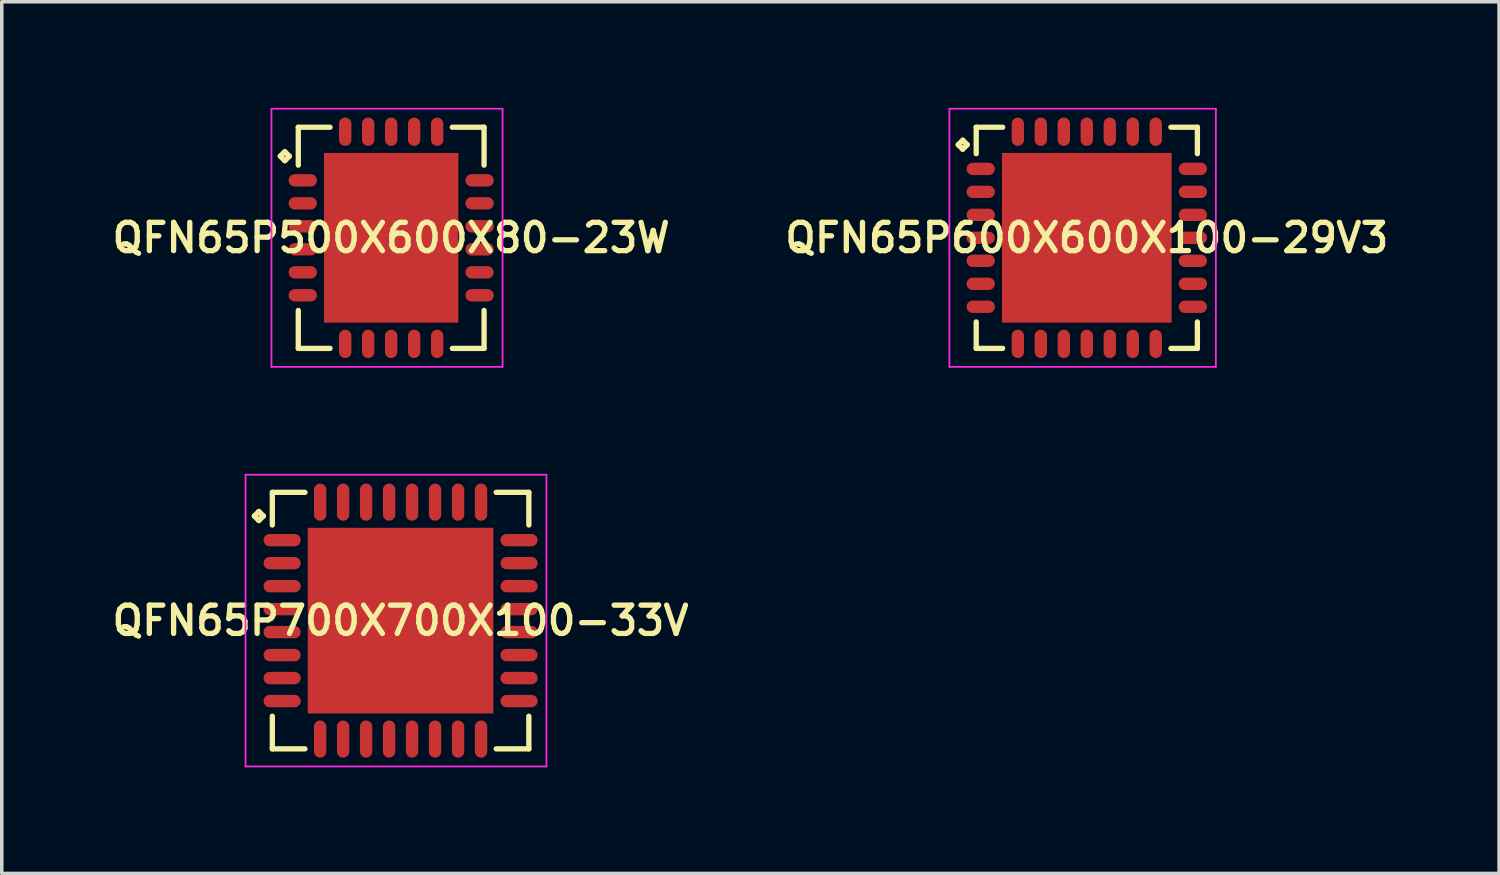
<source format=kicad_pcb>
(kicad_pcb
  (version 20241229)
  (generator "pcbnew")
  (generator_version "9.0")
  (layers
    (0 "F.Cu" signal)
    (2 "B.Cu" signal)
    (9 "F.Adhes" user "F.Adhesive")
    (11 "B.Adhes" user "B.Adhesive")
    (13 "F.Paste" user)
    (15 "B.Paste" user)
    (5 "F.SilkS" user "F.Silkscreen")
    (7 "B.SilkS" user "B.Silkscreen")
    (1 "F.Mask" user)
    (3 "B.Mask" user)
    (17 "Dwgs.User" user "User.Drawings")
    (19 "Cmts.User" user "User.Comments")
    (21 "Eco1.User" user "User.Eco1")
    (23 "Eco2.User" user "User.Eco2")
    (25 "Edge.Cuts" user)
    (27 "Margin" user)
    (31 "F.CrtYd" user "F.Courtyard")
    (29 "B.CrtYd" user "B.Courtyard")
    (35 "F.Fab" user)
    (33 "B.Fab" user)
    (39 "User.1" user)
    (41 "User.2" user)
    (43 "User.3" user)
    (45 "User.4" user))
  (footprint "QFN65P600X600X100-29V3"
    (layer "F.Cu")
    (at 27.683 3.675)
    (property "Reference" "QFN65P600X600X100-29V3" (at 0 0 0) (layer "F.SilkS") (effects (font (size 0.8 0.8) (thickness 0.15))))
    (attr smd)
    (fp_line (start -3.635 -2.633) (end -3.508 -2.76) (stroke (width 0.15) (type solid)) (layer "F.SilkS"))
    (fp_line (start -3.508 -2.76) (end -3.381 -2.633) (stroke (width 0.15) (type solid)) (layer "F.SilkS"))
    (fp_line (start -3.508 -2.506) (end -3.635 -2.633) (stroke (width 0.15) (type solid)) (layer "F.SilkS"))
    (fp_line (start -3.381 -2.633) (end -3.508 -2.506) (stroke (width 0.15) (type solid)) (layer "F.SilkS"))
    (fp_line (start -3.127 -3.127) (end -2.379 -3.127) (stroke (width 0.15) (type solid)) (layer "F.SilkS"))
    (fp_line (start -3.127 -2.379) (end -3.127 -3.127) (stroke (width 0.15) (type solid)) (layer "F.SilkS"))
    (fp_line (start -3.127 2.379) (end -3.127 3.127) (stroke (width 0.15) (type solid)) (layer "F.SilkS"))
    (fp_line (start -3.127 3.127) (end -2.379 3.127) (stroke (width 0.15) (type solid)) (layer "F.SilkS"))
    (fp_line (start 2.379 -3.127) (end 3.127 -3.127) (stroke (width 0.15) (type solid)) (layer "F.SilkS"))
    (fp_line (start 2.379 3.127) (end 3.127 3.127) (stroke (width 0.15) (type solid)) (layer "F.SilkS"))
    (fp_line (start 3.127 -3.127) (end 3.127 -2.379) (stroke (width 0.15) (type solid)) (layer "F.SilkS"))
    (fp_line (start 3.127 3.127) (end 3.127 2.379) (stroke (width 0.15) (type solid)) (layer "F.SilkS"))
    (fp_line (start -3.885 -3.65) (end 3.65 -3.65) (stroke (width 0.05) (type solid)) (layer "F.CrtYd"))
    (fp_line (start -3.885 3.65) (end -3.885 -3.65) (stroke (width 0.05) (type solid)) (layer "F.CrtYd"))
    (fp_line (start 3.65 -3.65) (end 3.65 3.65) (stroke (width 0.05) (type solid)) (layer "F.CrtYd"))
    (fp_line (start 3.65 3.65) (end -3.885 3.65) (stroke (width 0.05) (type solid)) (layer "F.CrtYd"))
    (pad "1" smd oval (at -3 -1.95) (size 0.8 0.35) (layers "F.Cu" "F.Mask" "F.Paste"))
    (pad "2" smd oval (at -3 -1.3) (size 0.8 0.35) (layers "F.Cu" "F.Mask" "F.Paste"))
    (pad "3" smd oval (at -3 -0.65) (size 0.8 0.35) (layers "F.Cu" "F.Mask" "F.Paste"))
    (pad "4" smd oval (at -3 0) (size 0.8 0.35) (layers "F.Cu" "F.Mask" "F.Paste"))
    (pad "5" smd oval (at -3 0.65) (size 0.8 0.35) (layers "F.Cu" "F.Mask" "F.Paste"))
    (pad "6" smd oval (at -3 1.3) (size 0.8 0.35) (layers "F.Cu" "F.Mask" "F.Paste"))
    (pad "7" smd oval (at -3 1.95) (size 0.8 0.35) (layers "F.Cu" "F.Mask" "F.Paste"))
    (pad "8" smd oval (at -1.95 3) (size 0.35 0.8) (layers "F.Cu" "F.Mask" "F.Paste"))
    (pad "9" smd oval (at -1.3 3) (size 0.35 0.8) (layers "F.Cu" "F.Mask" "F.Paste"))
    (pad "10" smd oval (at -0.65 3) (size 0.35 0.8) (layers "F.Cu" "F.Mask" "F.Paste"))
    (pad "11" smd oval (at 0 3) (size 0.35 0.8) (layers "F.Cu" "F.Mask" "F.Paste"))
    (pad "12" smd oval (at 0.65 3) (size 0.35 0.8) (layers "F.Cu" "F.Mask" "F.Paste"))
    (pad "13" smd oval (at 1.3 3) (size 0.35 0.8) (layers "F.Cu" "F.Mask" "F.Paste"))
    (pad "14" smd oval (at 1.95 3) (size 0.35 0.8) (layers "F.Cu" "F.Mask" "F.Paste"))
    (pad "15" smd oval (at 3 1.95) (size 0.8 0.35) (layers "F.Cu" "F.Mask" "F.Paste"))
    (pad "16" smd oval (at 3 1.3) (size 0.8 0.35) (layers "F.Cu" "F.Mask" "F.Paste"))
    (pad "17" smd oval (at 3 0.65) (size 0.8 0.35) (layers "F.Cu" "F.Mask" "F.Paste"))
    (pad "18" smd oval (at 3 0) (size 0.8 0.35) (layers "F.Cu" "F.Mask" "F.Paste"))
    (pad "19" smd oval (at 3 -0.65) (size 0.8 0.35) (layers "F.Cu" "F.Mask" "F.Paste"))
    (pad "20" smd oval (at 3 -1.3) (size 0.8 0.35) (layers "F.Cu" "F.Mask" "F.Paste"))
    (pad "21" smd oval (at 3 -1.95) (size 0.8 0.35) (layers "F.Cu" "F.Mask" "F.Paste"))
    (pad "22" smd oval (at 1.95 -3) (size 0.35 0.8) (layers "F.Cu" "F.Mask" "F.Paste"))
    (pad "23" smd oval (at 1.3 -3) (size 0.35 0.8) (layers "F.Cu" "F.Mask" "F.Paste"))
    (pad "24" smd oval (at 0.65 -3) (size 0.35 0.8) (layers "F.Cu" "F.Mask" "F.Paste"))
    (pad "25" smd oval (at 0 -3) (size 0.35 0.8) (layers "F.Cu" "F.Mask" "F.Paste"))
    (pad "26" smd oval (at -0.65 -3) (size 0.35 0.8) (layers "F.Cu" "F.Mask" "F.Paste"))
    (pad "27" smd oval (at -1.3 -3) (size 0.35 0.8) (layers "F.Cu" "F.Mask" "F.Paste"))
    (pad "28" smd oval (at -1.95 -3) (size 0.35 0.8) (layers "F.Cu" "F.Mask" "F.Paste"))
    (pad "29" smd rect (at 0 0) (size 4.8 4.8) (layers "F.Cu" "F.Mask" "F.Paste")))
  (footprint "QFN65P500X600X80-23W"
    (layer "F.Cu")
    (at 8.012 3.675)
    (property "Reference" "QFN65P500X600X80-23W" (at 0 0 0) (layer "F.SilkS") (effects (font (size 0.8 0.8) (thickness 0.15))))
    (attr smd)
    (fp_line (start -3.135 -2.308) (end -3.008 -2.435) (stroke (width 0.15) (type solid)) (layer "F.SilkS"))
    (fp_line (start -3.008 -2.435) (end -2.881 -2.308) (stroke (width 0.15) (type solid)) (layer "F.SilkS"))
    (fp_line (start -3.008 -2.181) (end -3.135 -2.308) (stroke (width 0.15) (type solid)) (layer "F.SilkS"))
    (fp_line (start -2.881 -2.308) (end -3.008 -2.181) (stroke (width 0.15) (type solid)) (layer "F.SilkS"))
    (fp_line (start -2.627 -3.127) (end -1.729 -3.127) (stroke (width 0.15) (type solid)) (layer "F.SilkS"))
    (fp_line (start -2.627 -2.054) (end -2.627 -3.127) (stroke (width 0.15) (type solid)) (layer "F.SilkS"))
    (fp_line (start -2.627 2.054) (end -2.627 3.127) (stroke (width 0.15) (type solid)) (layer "F.SilkS"))
    (fp_line (start -2.627 3.127) (end -1.729 3.127) (stroke (width 0.15) (type solid)) (layer "F.SilkS"))
    (fp_line (start 1.729 -3.127) (end 2.627 -3.127) (stroke (width 0.15) (type solid)) (layer "F.SilkS"))
    (fp_line (start 1.729 3.127) (end 2.627 3.127) (stroke (width 0.15) (type solid)) (layer "F.SilkS"))
    (fp_line (start 2.627 -3.127) (end 2.627 -2.054) (stroke (width 0.15) (type solid)) (layer "F.SilkS"))
    (fp_line (start 2.627 3.127) (end 2.627 2.054) (stroke (width 0.15) (type solid)) (layer "F.SilkS"))
    (fp_line (start -3.385 -3.65) (end 3.15 -3.65) (stroke (width 0.05) (type solid)) (layer "F.CrtYd"))
    (fp_line (start -3.385 3.65) (end -3.385 -3.65) (stroke (width 0.05) (type solid)) (layer "F.CrtYd"))
    (fp_line (start 3.15 -3.65) (end 3.15 3.65) (stroke (width 0.05) (type solid)) (layer "F.CrtYd"))
    (fp_line (start 3.15 3.65) (end -3.385 3.65) (stroke (width 0.05) (type solid)) (layer "F.CrtYd"))
    (pad "1" smd oval (at -2.5 -1.625) (size 0.8 0.35) (layers "F.Cu" "F.Mask" "F.Paste"))
    (pad "2" smd oval (at -2.5 -0.975) (size 0.8 0.35) (layers "F.Cu" "F.Mask" "F.Paste"))
    (pad "3" smd oval (at -2.5 -0.325) (size 0.8 0.35) (layers "F.Cu" "F.Mask" "F.Paste"))
    (pad "4" smd oval (at -2.5 0.325) (size 0.8 0.35) (layers "F.Cu" "F.Mask" "F.Paste"))
    (pad "5" smd oval (at -2.5 0.975) (size 0.8 0.35) (layers "F.Cu" "F.Mask" "F.Paste"))
    (pad "6" smd oval (at -2.5 1.625) (size 0.8 0.35) (layers "F.Cu" "F.Mask" "F.Paste"))
    (pad "7" smd oval (at -1.3 3) (size 0.35 0.8) (layers "F.Cu" "F.Mask" "F.Paste"))
    (pad "8" smd oval (at -0.65 3) (size 0.35 0.8) (layers "F.Cu" "F.Mask" "F.Paste"))
    (pad "9" smd oval (at 0 3) (size 0.35 0.8) (layers "F.Cu" "F.Mask" "F.Paste"))
    (pad "10" smd oval (at 0.65 3) (size 0.35 0.8) (layers "F.Cu" "F.Mask" "F.Paste"))
    (pad "11" smd oval (at 1.3 3) (size 0.35 0.8) (layers "F.Cu" "F.Mask" "F.Paste"))
    (pad "12" smd oval (at 2.5 1.625) (size 0.8 0.35) (layers "F.Cu" "F.Mask" "F.Paste"))
    (pad "13" smd oval (at 2.5 0.975) (size 0.8 0.35) (layers "F.Cu" "F.Mask" "F.Paste"))
    (pad "14" smd oval (at 2.5 0.325) (size 0.8 0.35) (layers "F.Cu" "F.Mask" "F.Paste"))
    (pad "15" smd oval (at 2.5 -0.325) (size 0.8 0.35) (layers "F.Cu" "F.Mask" "F.Paste"))
    (pad "16" smd oval (at 2.5 -0.975) (size 0.8 0.35) (layers "F.Cu" "F.Mask" "F.Paste"))
    (pad "17" smd oval (at 2.5 -1.625) (size 0.8 0.35) (layers "F.Cu" "F.Mask" "F.Paste"))
    (pad "18" smd oval (at 1.3 -3) (size 0.35 0.8) (layers "F.Cu" "F.Mask" "F.Paste"))
    (pad "19" smd oval (at 0.65 -3) (size 0.35 0.8) (layers "F.Cu" "F.Mask" "F.Paste"))
    (pad "20" smd oval (at 0 -3) (size 0.35 0.8) (layers "F.Cu" "F.Mask" "F.Paste"))
    (pad "21" smd oval (at -0.65 -3) (size 0.35 0.8) (layers "F.Cu" "F.Mask" "F.Paste"))
    (pad "22" smd oval (at -1.3 -3) (size 0.35 0.8) (layers "F.Cu" "F.Mask" "F.Paste"))
    (pad "23" smd rect (at 0 0) (size 3.8 4.8) (layers "F.Cu" "F.Mask" "F.Paste")))
  (footprint "QFN65P700X700X100-33V"
    (layer "F.Cu")
    (at 8.278 14.5)
    (property "Reference" "QFN65P700X700X100-33V" (at 0 0 0) (layer "F.SilkS") (effects (font (size 0.8 0.8) (thickness 0.15))))
    (attr smd)
    (fp_line (start -4.135 -2.958) (end -4.008 -3.085) (stroke (width 0.15) (type solid)) (layer "F.SilkS"))
    (fp_line (start -4.008 -3.085) (end -3.881 -2.958) (stroke (width 0.15) (type solid)) (layer "F.SilkS"))
    (fp_line (start -4.008 -2.831) (end -4.135 -2.958) (stroke (width 0.15) (type solid)) (layer "F.SilkS"))
    (fp_line (start -3.881 -2.958) (end -4.008 -2.831) (stroke (width 0.15) (type solid)) (layer "F.SilkS"))
    (fp_line (start -3.627 -3.627) (end -2.704 -3.627) (stroke (width 0.15) (type solid)) (layer "F.SilkS"))
    (fp_line (start -3.627 -2.704) (end -3.627 -3.627) (stroke (width 0.15) (type solid)) (layer "F.SilkS"))
    (fp_line (start -3.627 2.704) (end -3.627 3.627) (stroke (width 0.15) (type solid)) (layer "F.SilkS"))
    (fp_line (start -3.627 3.627) (end -2.704 3.627) (stroke (width 0.15) (type solid)) (layer "F.SilkS"))
    (fp_line (start 2.704 -3.627) (end 3.627 -3.627) (stroke (width 0.15) (type solid)) (layer "F.SilkS"))
    (fp_line (start 2.704 3.627) (end 3.627 3.627) (stroke (width 0.15) (type solid)) (layer "F.SilkS"))
    (fp_line (start 3.627 -3.627) (end 3.627 -2.704) (stroke (width 0.15) (type solid)) (layer "F.SilkS"))
    (fp_line (start 3.627 3.627) (end 3.627 2.704) (stroke (width 0.15) (type solid)) (layer "F.SilkS"))
    (fp_line (start -4.385 -4.125) (end 4.125 -4.125) (stroke (width 0.05) (type solid)) (layer "F.CrtYd"))
    (fp_line (start -4.385 4.125) (end -4.385 -4.125) (stroke (width 0.05) (type solid)) (layer "F.CrtYd"))
    (fp_line (start 4.125 -4.125) (end 4.125 4.125) (stroke (width 0.05) (type solid)) (layer "F.CrtYd"))
    (fp_line (start 4.125 4.125) (end -4.385 4.125) (stroke (width 0.05) (type solid)) (layer "F.CrtYd"))
    (pad "1" smd oval (at -3.35 -2.275) (size 1.05 0.35) (layers "F.Cu" "F.Mask" "F.Paste"))
    (pad "2" smd oval (at -3.35 -1.625) (size 1.05 0.35) (layers "F.Cu" "F.Mask" "F.Paste"))
    (pad "3" smd oval (at -3.35 -0.975) (size 1.05 0.35) (layers "F.Cu" "F.Mask" "F.Paste"))
    (pad "4" smd oval (at -3.35 -0.325) (size 1.05 0.35) (layers "F.Cu" "F.Mask" "F.Paste"))
    (pad "5" smd oval (at -3.35 0.325) (size 1.05 0.35) (layers "F.Cu" "F.Mask" "F.Paste"))
    (pad "6" smd oval (at -3.35 0.975) (size 1.05 0.35) (layers "F.Cu" "F.Mask" "F.Paste"))
    (pad "7" smd oval (at -3.35 1.625) (size 1.05 0.35) (layers "F.Cu" "F.Mask" "F.Paste"))
    (pad "8" smd oval (at -3.35 2.275) (size 1.05 0.35) (layers "F.Cu" "F.Mask" "F.Paste"))
    (pad "9" smd oval (at -2.275 3.35) (size 0.35 1.05) (layers "F.Cu" "F.Mask" "F.Paste"))
    (pad "10" smd oval (at -1.625 3.35) (size 0.35 1.05) (layers "F.Cu" "F.Mask" "F.Paste"))
    (pad "11" smd oval (at -0.975 3.35) (size 0.35 1.05) (layers "F.Cu" "F.Mask" "F.Paste"))
    (pad "12" smd oval (at -0.325 3.35) (size 0.35 1.05) (layers "F.Cu" "F.Mask" "F.Paste"))
    (pad "13" smd oval (at 0.325 3.35) (size 0.35 1.05) (layers "F.Cu" "F.Mask" "F.Paste"))
    (pad "14" smd oval (at 0.975 3.35) (size 0.35 1.05) (layers "F.Cu" "F.Mask" "F.Paste"))
    (pad "15" smd oval (at 1.625 3.35) (size 0.35 1.05) (layers "F.Cu" "F.Mask" "F.Paste"))
    (pad "16" smd oval (at 2.275 3.35) (size 0.35 1.05) (layers "F.Cu" "F.Mask" "F.Paste"))
    (pad "17" smd oval (at 3.35 2.275) (size 1.05 0.35) (layers "F.Cu" "F.Mask" "F.Paste"))
    (pad "18" smd oval (at 3.35 1.625) (size 1.05 0.35) (layers "F.Cu" "F.Mask" "F.Paste"))
    (pad "19" smd oval (at 3.35 0.975) (size 1.05 0.35) (layers "F.Cu" "F.Mask" "F.Paste"))
    (pad "20" smd oval (at 3.35 0.325) (size 1.05 0.35) (layers "F.Cu" "F.Mask" "F.Paste"))
    (pad "21" smd oval (at 3.35 -0.325) (size 1.05 0.35) (layers "F.Cu" "F.Mask" "F.Paste"))
    (pad "22" smd oval (at 3.35 -0.975) (size 1.05 0.35) (layers "F.Cu" "F.Mask" "F.Paste"))
    (pad "23" smd oval (at 3.35 -1.625) (size 1.05 0.35) (layers "F.Cu" "F.Mask" "F.Paste"))
    (pad "24" smd oval (at 3.35 -2.275) (size 1.05 0.35) (layers "F.Cu" "F.Mask" "F.Paste"))
    (pad "25" smd oval (at 2.275 -3.35) (size 0.35 1.05) (layers "F.Cu" "F.Mask" "F.Paste"))
    (pad "26" smd oval (at 1.625 -3.35) (size 0.35 1.05) (layers "F.Cu" "F.Mask" "F.Paste"))
    (pad "27" smd oval (at 0.975 -3.35) (size 0.35 1.05) (layers "F.Cu" "F.Mask" "F.Paste"))
    (pad "28" smd oval (at 0.325 -3.35) (size 0.35 1.05) (layers "F.Cu" "F.Mask" "F.Paste"))
    (pad "29" smd oval (at -0.325 -3.35) (size 0.35 1.05) (layers "F.Cu" "F.Mask" "F.Paste"))
    (pad "30" smd oval (at -0.975 -3.35) (size 0.35 1.05) (layers "F.Cu" "F.Mask" "F.Paste"))
    (pad "31" smd oval (at -1.625 -3.35) (size 0.35 1.05) (layers "F.Cu" "F.Mask" "F.Paste"))
    (pad "32" smd oval (at -2.275 -3.35) (size 0.35 1.05) (layers "F.Cu" "F.Mask" "F.Paste"))
    (pad "33" smd rect (at 0 0) (size 5.25 5.25) (layers "F.Cu" "F.Mask" "F.Paste")))
  (gr_rect
    (start -3 -3)
    (end 39.342 21.65)
    (stroke (width 0.1) (type default))
    (fill no)
    (layer "Edge.Cuts")))
</source>
